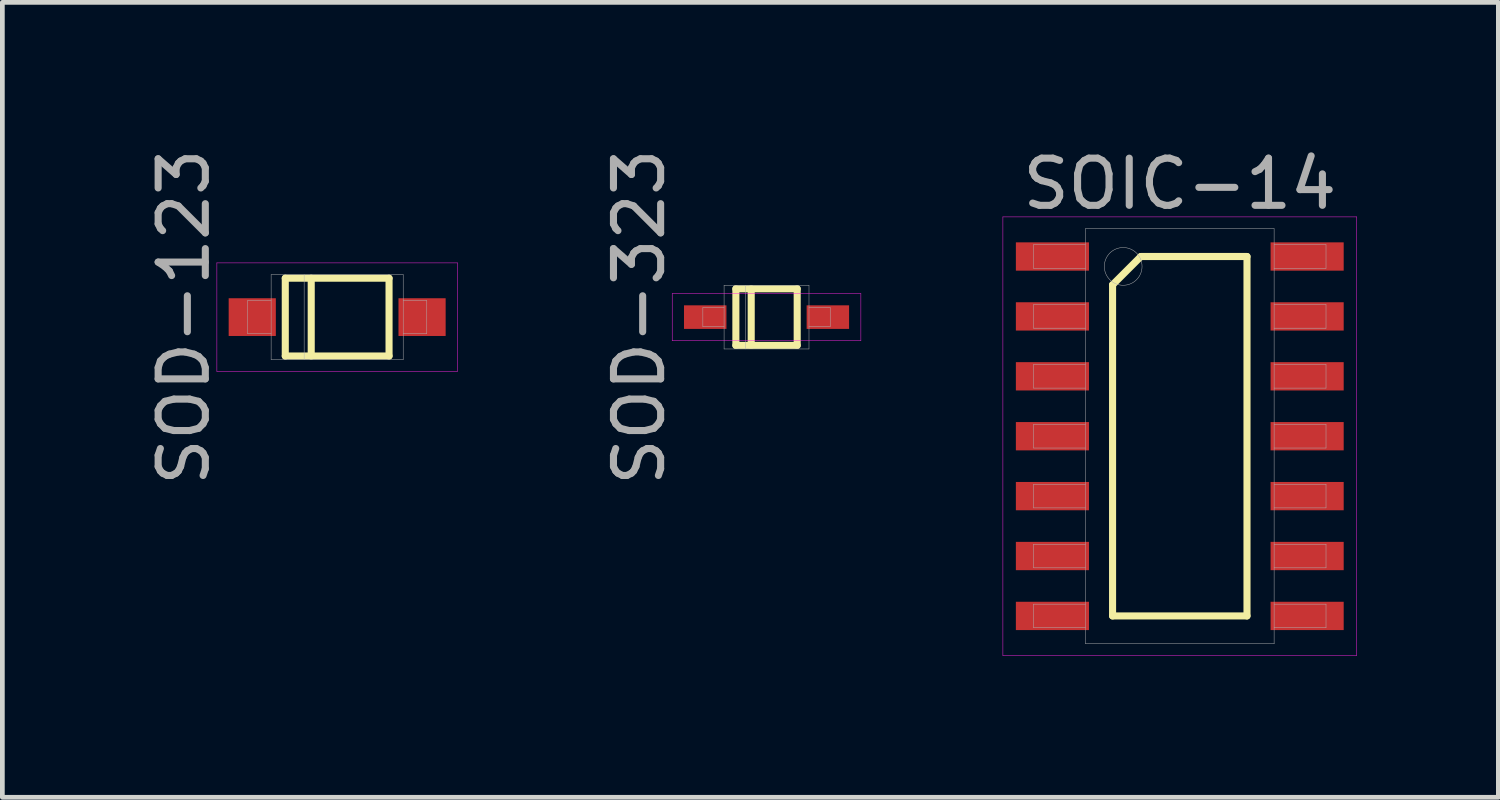
<source format=kicad_pcb>
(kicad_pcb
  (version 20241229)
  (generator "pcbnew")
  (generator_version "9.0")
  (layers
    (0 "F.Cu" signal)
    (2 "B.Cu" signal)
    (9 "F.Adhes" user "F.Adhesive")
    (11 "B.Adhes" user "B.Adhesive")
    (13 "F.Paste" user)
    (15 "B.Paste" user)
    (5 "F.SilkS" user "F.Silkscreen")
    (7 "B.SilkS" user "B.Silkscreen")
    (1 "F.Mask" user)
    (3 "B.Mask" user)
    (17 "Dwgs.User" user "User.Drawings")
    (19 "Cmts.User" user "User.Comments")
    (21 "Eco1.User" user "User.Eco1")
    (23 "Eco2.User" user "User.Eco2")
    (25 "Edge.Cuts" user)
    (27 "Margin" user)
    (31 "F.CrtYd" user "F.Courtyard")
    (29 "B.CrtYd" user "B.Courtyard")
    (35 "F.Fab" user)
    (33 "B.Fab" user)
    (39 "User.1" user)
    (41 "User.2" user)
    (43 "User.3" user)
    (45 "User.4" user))
  (footprint "SOD-323"
    (layer "F.Cu")
    (at 13.201 3.673)
    (property "Reference" "SOD-323" (at -2.7 0 90) (layer "F.Fab") (effects (font (size 1 1) (thickness 0.15))))
    (attr through_hole)
    (fp_line (start -0.65 -0.6) (end 0.65 -0.6) (stroke (width 0.15) (type solid)) (layer "F.SilkS"))
    (fp_line (start -0.65 0.6) (end -0.65 -0.6) (stroke (width 0.15) (type solid)) (layer "F.SilkS"))
    (fp_line (start -0.325 -0.6) (end -0.325 0.6) (stroke (width 0.15) (type solid)) (layer "F.SilkS"))
    (fp_line (start 0.65 -0.6) (end 0.65 0.6) (stroke (width 0.15) (type solid)) (layer "F.SilkS"))
    (fp_line (start 0.65 0.6) (end -0.65 0.6) (stroke (width 0.15) (type solid)) (layer "F.SilkS"))
    (fp_line (start -2 -0.5) (end 2 -0.5) (stroke (width 0.01) (type solid)) (layer "F.CrtYd"))
    (fp_line (start -2 0.5) (end -2 -0.5) (stroke (width 0.01) (type solid)) (layer "F.CrtYd"))
    (fp_line (start 2 -0.5) (end 2 0.5) (stroke (width 0.01) (type solid)) (layer "F.CrtYd"))
    (fp_line (start 2 0.5) (end -2 0.5) (stroke (width 0.01) (type solid)) (layer "F.CrtYd"))
    (fp_line (start -1.35 -0.2) (end -1.35 0.2) (stroke (width 0.01) (type solid)) (layer "F.Fab"))
    (fp_line (start -1.35 -0.2) (end -0.9 -0.2) (stroke (width 0.01) (type solid)) (layer "F.Fab"))
    (fp_line (start -1.35 0.2) (end -0.9 0.2) (stroke (width 0.01) (type solid)) (layer "F.Fab"))
    (fp_line (start -0.9 -0.675) (end 0.9 -0.675) (stroke (width 0.01) (type solid)) (layer "F.Fab"))
    (fp_line (start -0.9 0.675) (end -0.9 -0.675) (stroke (width 0.01) (type solid)) (layer "F.Fab"))
    (fp_line (start -0.45 -0.675) (end -0.45 0.675) (stroke (width 0.01) (type solid)) (layer "F.Fab"))
    (fp_line (start 0.9 -0.675) (end 0.9 0.675) (stroke (width 0.01) (type solid)) (layer "F.Fab"))
    (fp_line (start 0.9 0.675) (end -0.9 0.675) (stroke (width 0.01) (type solid)) (layer "F.Fab"))
    (fp_line (start 1.35 -0.2) (end 0.9 -0.2) (stroke (width 0.01) (type solid)) (layer "F.Fab"))
    (fp_line (start 1.35 -0.2) (end 1.35 0.2) (stroke (width 0.01) (type solid)) (layer "F.Fab"))
    (fp_line (start 1.35 0.2) (end 0.9 0.2) (stroke (width 0.01) (type solid)) (layer "F.Fab"))
    (pad "1" smd rect (at -1.3 0) (size 0.9 0.5) (layers "F.Cu" "F.Mask" "F.Paste"))
    (pad "2" smd rect (at 1.3 0) (size 0.9 0.5) (layers "F.Cu" "F.Mask" "F.Paste")))
  (footprint "SOIC-14"
    (layer "F.Cu")
    (at 21.962 6.198)
    (property "Reference" "SOIC-14" (at 0 -5.35 0) (layer "F.Fab") (effects (font (size 1 1) (thickness 0.15))))
    (attr smd)
    (fp_line (start -1.425 -3.21) (end -0.825 -3.81) (stroke (width 0.15) (type solid)) (layer "F.SilkS"))
    (fp_line (start -1.425 3.81) (end -1.425 -3.21) (stroke (width 0.15) (type solid)) (layer "F.SilkS"))
    (fp_line (start -0.825 -3.81) (end 1.425 -3.81) (stroke (width 0.15) (type solid)) (layer "F.SilkS"))
    (fp_line (start 1.425 -3.81) (end 1.425 3.81) (stroke (width 0.15) (type solid)) (layer "F.SilkS"))
    (fp_line (start 1.425 3.81) (end -1.425 3.81) (stroke (width 0.15) (type solid)) (layer "F.SilkS"))
    (fp_line (start -3.75 -4.65) (end 3.75 -4.65) (stroke (width 0.01) (type solid)) (layer "F.CrtYd"))
    (fp_line (start -3.75 4.65) (end -3.75 -4.65) (stroke (width 0.01) (type solid)) (layer "F.CrtYd"))
    (fp_line (start 3.75 -4.65) (end 3.75 4.65) (stroke (width 0.01) (type solid)) (layer "F.CrtYd"))
    (fp_line (start 3.75 4.65) (end -3.75 4.65) (stroke (width 0.01) (type solid)) (layer "F.CrtYd"))
    (fp_line (start -3.1 -4.06) (end -2 -4.06) (stroke (width 0.01) (type solid)) (layer "F.Fab"))
    (fp_line (start -3.1 -3.56) (end -3.1 -4.06) (stroke (width 0.01) (type solid)) (layer "F.Fab"))
    (fp_line (start -3.1 -2.79) (end -2 -2.79) (stroke (width 0.01) (type solid)) (layer "F.Fab"))
    (fp_line (start -3.1 -2.29) (end -3.1 -2.79) (stroke (width 0.01) (type solid)) (layer "F.Fab"))
    (fp_line (start -3.1 -1.52) (end -2 -1.52) (stroke (width 0.01) (type solid)) (layer "F.Fab"))
    (fp_line (start -3.1 -1.02) (end -3.1 -1.52) (stroke (width 0.01) (type solid)) (layer "F.Fab"))
    (fp_line (start -3.1 -0.25) (end -2 -0.25) (stroke (width 0.01) (type solid)) (layer "F.Fab"))
    (fp_line (start -3.1 0.25) (end -3.1 -0.25) (stroke (width 0.01) (type solid)) (layer "F.Fab"))
    (fp_line (start -3.1 1.02) (end -2 1.02) (stroke (width 0.01) (type solid)) (layer "F.Fab"))
    (fp_line (start -3.1 1.52) (end -3.1 1.02) (stroke (width 0.01) (type solid)) (layer "F.Fab"))
    (fp_line (start -3.1 2.29) (end -2 2.29) (stroke (width 0.01) (type solid)) (layer "F.Fab"))
    (fp_line (start -3.1 2.79) (end -3.1 2.29) (stroke (width 0.01) (type solid)) (layer "F.Fab"))
    (fp_line (start -3.1 3.56) (end -2 3.56) (stroke (width 0.01) (type solid)) (layer "F.Fab"))
    (fp_line (start -3.1 4.06) (end -3.1 3.56) (stroke (width 0.01) (type solid)) (layer "F.Fab"))
    (fp_line (start -2 -4.4) (end 2 -4.4) (stroke (width 0.01) (type solid)) (layer "F.Fab"))
    (fp_line (start -2 -3.56) (end -3.1 -3.56) (stroke (width 0.01) (type solid)) (layer "F.Fab"))
    (fp_line (start -2 -2.29) (end -3.1 -2.29) (stroke (width 0.01) (type solid)) (layer "F.Fab"))
    (fp_line (start -2 -1.02) (end -3.1 -1.02) (stroke (width 0.01) (type solid)) (layer "F.Fab"))
    (fp_line (start -2 0.25) (end -3.1 0.25) (stroke (width 0.01) (type solid)) (layer "F.Fab"))
    (fp_line (start -2 1.52) (end -3.1 1.52) (stroke (width 0.01) (type solid)) (layer "F.Fab"))
    (fp_line (start -2 2.79) (end -3.1 2.79) (stroke (width 0.01) (type solid)) (layer "F.Fab"))
    (fp_line (start -2 4.06) (end -3.1 4.06) (stroke (width 0.01) (type solid)) (layer "F.Fab"))
    (fp_line (start -2 4.4) (end -2 -4.4) (stroke (width 0.01) (type solid)) (layer "F.Fab"))
    (fp_line (start 2 -4.4) (end 2 4.4) (stroke (width 0.01) (type solid)) (layer "F.Fab"))
    (fp_line (start 2 -4.06) (end 3.1 -4.06) (stroke (width 0.01) (type solid)) (layer "F.Fab"))
    (fp_line (start 2 -2.79) (end 3.1 -2.79) (stroke (width 0.01) (type solid)) (layer "F.Fab"))
    (fp_line (start 2 -1.52) (end 3.1 -1.52) (stroke (width 0.01) (type solid)) (layer "F.Fab"))
    (fp_line (start 2 -0.25) (end 3.1 -0.25) (stroke (width 0.01) (type solid)) (layer "F.Fab"))
    (fp_line (start 2 1.02) (end 3.1 1.02) (stroke (width 0.01) (type solid)) (layer "F.Fab"))
    (fp_line (start 2 2.29) (end 3.1 2.29) (stroke (width 0.01) (type solid)) (layer "F.Fab"))
    (fp_line (start 2 3.56) (end 3.1 3.56) (stroke (width 0.01) (type solid)) (layer "F.Fab"))
    (fp_line (start 2 4.4) (end -2 4.4) (stroke (width 0.01) (type solid)) (layer "F.Fab"))
    (fp_line (start 3.1 -4.06) (end 3.1 -3.56) (stroke (width 0.01) (type solid)) (layer "F.Fab"))
    (fp_line (start 3.1 -3.56) (end 2 -3.56) (stroke (width 0.01) (type solid)) (layer "F.Fab"))
    (fp_line (start 3.1 -2.79) (end 3.1 -2.29) (stroke (width 0.01) (type solid)) (layer "F.Fab"))
    (fp_line (start 3.1 -2.29) (end 2 -2.29) (stroke (width 0.01) (type solid)) (layer "F.Fab"))
    (fp_line (start 3.1 -1.52) (end 3.1 -1.02) (stroke (width 0.01) (type solid)) (layer "F.Fab"))
    (fp_line (start 3.1 -1.02) (end 2 -1.02) (stroke (width 0.01) (type solid)) (layer "F.Fab"))
    (fp_line (start 3.1 -0.25) (end 3.1 0.25) (stroke (width 0.01) (type solid)) (layer "F.Fab"))
    (fp_line (start 3.1 0.25) (end 2 0.25) (stroke (width 0.01) (type solid)) (layer "F.Fab"))
    (fp_line (start 3.1 1.02) (end 3.1 1.52) (stroke (width 0.01) (type solid)) (layer "F.Fab"))
    (fp_line (start 3.1 1.52) (end 2 1.52) (stroke (width 0.01) (type solid)) (layer "F.Fab"))
    (fp_line (start 3.1 2.29) (end 3.1 2.79) (stroke (width 0.01) (type solid)) (layer "F.Fab"))
    (fp_line (start 3.1 2.79) (end 2 2.79) (stroke (width 0.01) (type solid)) (layer "F.Fab"))
    (fp_line (start 3.1 3.56) (end 3.1 4.06) (stroke (width 0.01) (type solid)) (layer "F.Fab"))
    (fp_line (start 3.1 4.06) (end 2 4.06) (stroke (width 0.01) (type solid)) (layer "F.Fab"))
    (fp_circle (center -1.2 -3.6) (end -1.2 -3.2) (stroke (width 0.01) (type solid)) (fill no) (layer "F.Fab"))
    (pad "1" smd rect (at -2.7 -3.81) (size 1.55 0.6) (layers "F.Cu" "F.Mask" "F.Paste"))
    (pad "2" smd rect (at -2.7 -2.54) (size 1.55 0.6) (layers "F.Cu" "F.Mask" "F.Paste"))
    (pad "3" smd rect (at -2.7 -1.27) (size 1.55 0.6) (layers "F.Cu" "F.Mask" "F.Paste"))
    (pad "4" smd rect (at -2.7 0) (size 1.55 0.6) (layers "F.Cu" "F.Mask" "F.Paste"))
    (pad "5" smd rect (at -2.7 1.27) (size 1.55 0.6) (layers "F.Cu" "F.Mask" "F.Paste"))
    (pad "6" smd rect (at -2.7 2.54) (size 1.55 0.6) (layers "F.Cu" "F.Mask" "F.Paste"))
    (pad "7" smd rect (at -2.7 3.81) (size 1.55 0.6) (layers "F.Cu" "F.Mask" "F.Paste"))
    (pad "8" smd rect (at 2.7 3.81) (size 1.55 0.6) (layers "F.Cu" "F.Mask" "F.Paste"))
    (pad "9" smd rect (at 2.7 2.54) (size 1.55 0.6) (layers "F.Cu" "F.Mask" "F.Paste"))
    (pad "10" smd rect (at 2.7 1.27) (size 1.55 0.6) (layers "F.Cu" "F.Mask" "F.Paste"))
    (pad "11" smd rect (at 2.7 0) (size 1.55 0.6) (layers "F.Cu" "F.Mask" "F.Paste"))
    (pad "12" smd rect (at 2.7 -1.27) (size 1.55 0.6) (layers "F.Cu" "F.Mask" "F.Paste"))
    (pad "13" smd rect (at 2.7 -2.54) (size 1.55 0.6) (layers "F.Cu" "F.Mask" "F.Paste"))
    (pad "14" smd rect (at 2.7 -3.81) (size 1.55 0.6) (layers "F.Cu" "F.Mask" "F.Paste")))
  (footprint "SOD-123"
    (layer "F.Cu")
    (at 4.098 3.673)
    (property "Reference" "SOD-123" (at -3.25 0 90) (layer "F.Fab") (effects (font (size 1 1) (thickness 0.15))))
    (attr smd)
    (fp_line (start -1.1 -0.825) (end 1.1 -0.825) (stroke (width 0.15) (type solid)) (layer "F.SilkS"))
    (fp_line (start -1.1 0.825) (end -1.1 -0.825) (stroke (width 0.15) (type solid)) (layer "F.SilkS"))
    (fp_line (start -0.55 -0.825) (end -0.55 0.825) (stroke (width 0.15) (type solid)) (layer "F.SilkS"))
    (fp_line (start 1.1 -0.825) (end 1.1 0.825) (stroke (width 0.15) (type solid)) (layer "F.SilkS"))
    (fp_line (start 1.1 0.825) (end -1.1 0.825) (stroke (width 0.15) (type solid)) (layer "F.SilkS"))
    (fp_line (start -2.55 -1.15) (end 2.55 -1.15) (stroke (width 0.01) (type solid)) (layer "F.CrtYd"))
    (fp_line (start -2.55 1.15) (end -2.55 -1.15) (stroke (width 0.01) (type solid)) (layer "F.CrtYd"))
    (fp_line (start 2.55 -1.15) (end 2.55 1.15) (stroke (width 0.01) (type solid)) (layer "F.CrtYd"))
    (fp_line (start 2.55 1.15) (end -2.55 1.15) (stroke (width 0.01) (type solid)) (layer "F.CrtYd"))
    (fp_line (start -1.9 -0.35) (end -1.9 0.35) (stroke (width 0.01) (type solid)) (layer "F.Fab"))
    (fp_line (start -1.9 -0.35) (end -1.4 -0.35) (stroke (width 0.01) (type solid)) (layer "F.Fab"))
    (fp_line (start -1.9 0.35) (end -1.4 0.35) (stroke (width 0.01) (type solid)) (layer "F.Fab"))
    (fp_line (start -1.4 -0.9) (end 1.4 -0.9) (stroke (width 0.01) (type solid)) (layer "F.Fab"))
    (fp_line (start -1.4 0.9) (end -1.4 -0.9) (stroke (width 0.01) (type solid)) (layer "F.Fab"))
    (fp_line (start -0.7 -0.9) (end -0.7 0.9) (stroke (width 0.01) (type solid)) (layer "F.Fab"))
    (fp_line (start 1.4 -0.9) (end 1.4 0.9) (stroke (width 0.01) (type solid)) (layer "F.Fab"))
    (fp_line (start 1.4 0.9) (end -1.4 0.9) (stroke (width 0.01) (type solid)) (layer "F.Fab"))
    (fp_line (start 1.9 -0.35) (end 1.4 -0.35) (stroke (width 0.01) (type solid)) (layer "F.Fab"))
    (fp_line (start 1.9 -0.35) (end 1.9 0.35) (stroke (width 0.01) (type solid)) (layer "F.Fab"))
    (fp_line (start 1.9 0.35) (end 1.4 0.35) (stroke (width 0.01) (type solid)) (layer "F.Fab"))
    (pad "1" smd rect (at -1.8 0) (size 1 0.8) (layers "F.Cu" "F.Mask" "F.Paste"))
    (pad "2" smd rect (at 1.8 0) (size 1 0.8) (layers "F.Cu" "F.Mask" "F.Paste")))
  (gr_rect
    (start -3 -3)
    (end 28.716 13.853)
    (stroke (width 0.1) (type default))
    (fill no)
    (layer "Edge.Cuts")))
</source>
